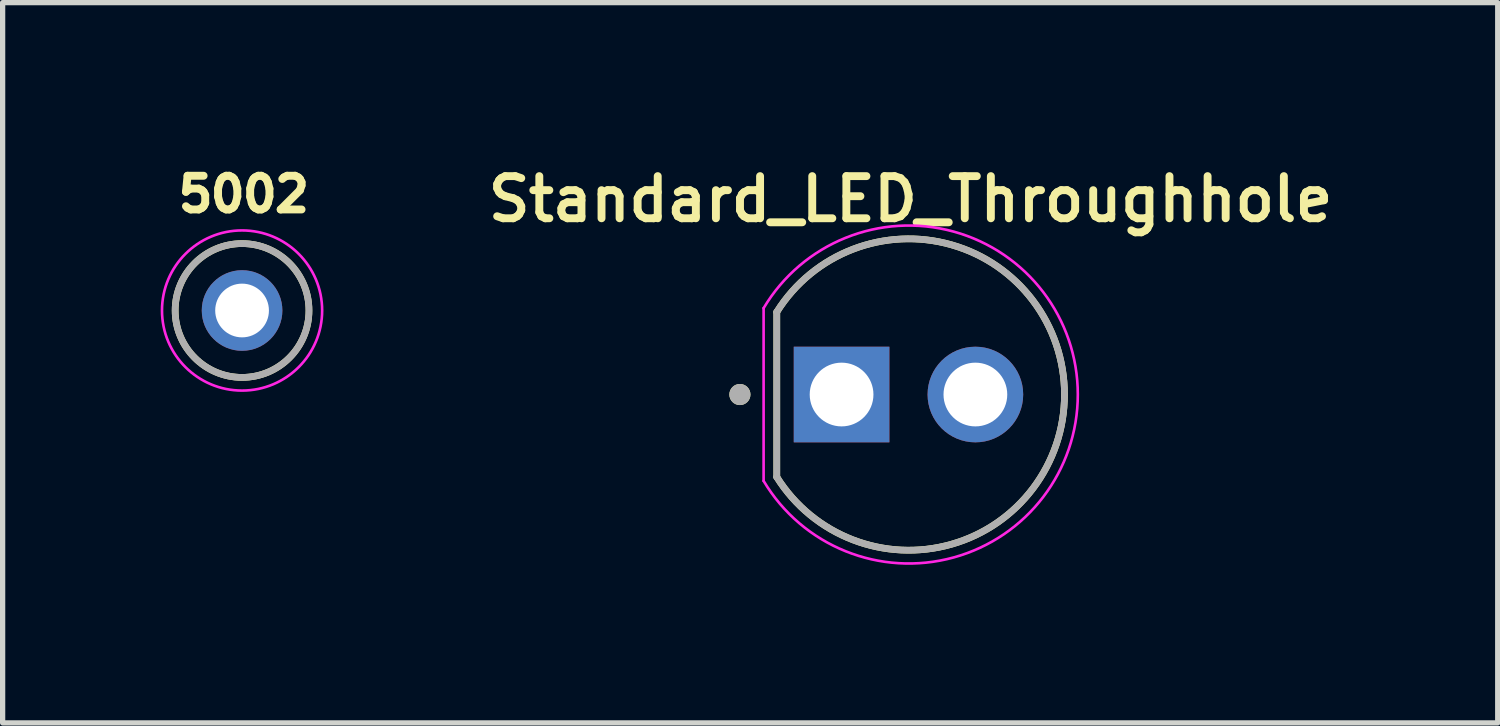
<source format=kicad_pcb>
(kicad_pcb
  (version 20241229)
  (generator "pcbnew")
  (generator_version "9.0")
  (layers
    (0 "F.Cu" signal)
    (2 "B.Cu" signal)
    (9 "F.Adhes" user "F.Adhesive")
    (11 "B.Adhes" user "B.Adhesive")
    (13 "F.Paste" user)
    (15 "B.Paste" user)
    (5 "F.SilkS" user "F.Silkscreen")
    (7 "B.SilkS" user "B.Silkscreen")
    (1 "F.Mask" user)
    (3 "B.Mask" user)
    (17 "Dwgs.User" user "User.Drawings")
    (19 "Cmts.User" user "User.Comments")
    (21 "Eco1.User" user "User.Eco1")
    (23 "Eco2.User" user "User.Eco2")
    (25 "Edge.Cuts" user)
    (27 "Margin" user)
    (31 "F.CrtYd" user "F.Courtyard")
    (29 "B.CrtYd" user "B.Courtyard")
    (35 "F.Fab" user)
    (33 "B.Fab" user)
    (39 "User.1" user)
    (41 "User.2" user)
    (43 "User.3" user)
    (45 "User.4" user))
  (footprint "5002"
    (layer "F.Cu")
    (at 1.545 2.844)
    (property "Reference" "5002" (at 0.032 -2.206 0) (layer "F.SilkS") (effects (font (size 0.64 0.64) (thickness 0.15))))
    (attr through_hole)
    (fp_circle (center 0 0) (end 1.27 0) (stroke (width 0.127) (type solid)) (fill no) (layer "F.SilkS"))
    (fp_circle (center 0 0) (end 1.52 0) (stroke (width 0.05) (type solid)) (fill no) (layer "F.CrtYd"))
    (fp_circle (center 0 0) (end 1.27 0) (stroke (width 0.127) (type solid)) (fill no) (layer "F.Fab"))
    (pad "TP" thru_hole circle (at 0 0) (size 1.53 1.53) (drill 1.02) (layers "*.Cu" "*.Mask")))
  (footprint "Standard_LED_Throughhole"
    (layer "F.Cu")
    (at 14.195 4.439)
    (property "Reference" "Standard_LED_Throughhole" (at 0.04 -3.708 0) (layer "F.SilkS") (effects (font (size 0.8 0.8) (thickness 0.15))))
    (attr through_hole)
    (fp_line (start -2.5 -1.566) (end -2.5 1.566) (stroke (width 0.127) (type solid)) (layer "F.SilkS"))
    (fp_arc (start -2.5 -1.566) (mid 2.961291 0) (end -2.5 1.566) (stroke (width 0.127) (type solid)) (layer "F.SilkS"))
    (fp_circle (center -3.2 0) (end -3.1 0) (stroke (width 0.2) (type solid)) (fill no) (layer "F.SilkS"))
    (fp_line (start -2.75 -1.64) (end -2.75 1.64) (stroke (width 0.05) (type solid)) (layer "F.CrtYd"))
    (fp_arc (start -2.75 -1.64) (mid 3.214145 0) (end -2.75 1.64) (stroke (width 0.05) (type solid)) (layer "F.CrtYd"))
    (fp_line (start -2.5 -1.566) (end -2.5 1.566) (stroke (width 0.127) (type solid)) (layer "F.Fab"))
    (fp_arc (start -2.5 -1.566) (mid 2.961291 0) (end -2.5 1.566) (stroke (width 0.127) (type solid)) (layer "F.Fab"))
    (fp_circle (center -3.2 0) (end -3.1 0) (stroke (width 0.2) (type solid)) (fill no) (layer "F.Fab"))
    (pad "A" thru_hole circle (at 1.27 0) (size 1.815 1.815) (drill 1.21) (layers "*.Cu" "*.Mask"))
    (pad "C" thru_hole rect (at -1.27 0) (size 1.815 1.815) (drill 1.21) (layers "*.Cu" "*.Mask")))
  (gr_rect
    (start -3 -3)
    (end 25.38 10.672)
    (stroke (width 0.1) (type default))
    (fill no)
    (layer "Edge.Cuts")))
</source>
